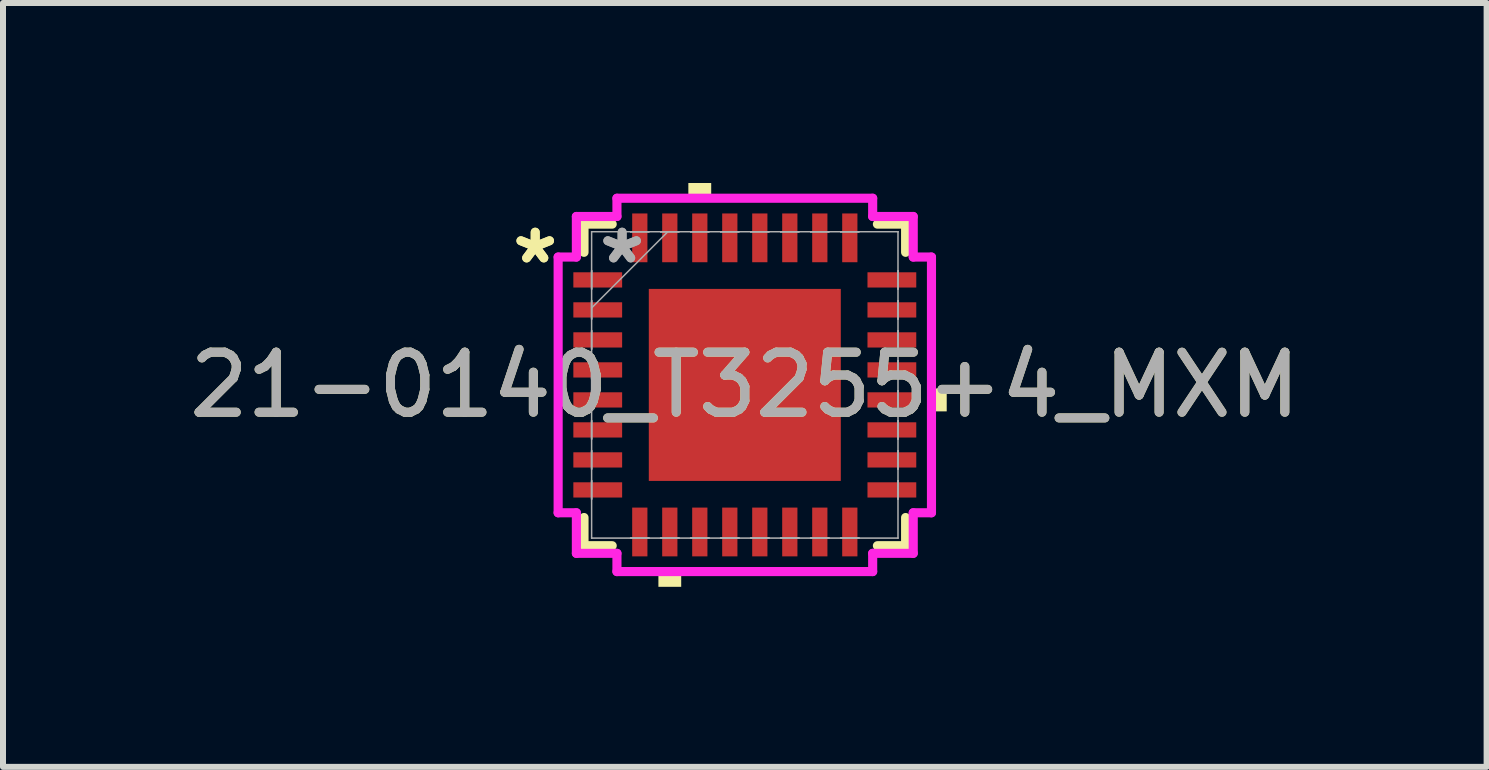
<source format=kicad_pcb>
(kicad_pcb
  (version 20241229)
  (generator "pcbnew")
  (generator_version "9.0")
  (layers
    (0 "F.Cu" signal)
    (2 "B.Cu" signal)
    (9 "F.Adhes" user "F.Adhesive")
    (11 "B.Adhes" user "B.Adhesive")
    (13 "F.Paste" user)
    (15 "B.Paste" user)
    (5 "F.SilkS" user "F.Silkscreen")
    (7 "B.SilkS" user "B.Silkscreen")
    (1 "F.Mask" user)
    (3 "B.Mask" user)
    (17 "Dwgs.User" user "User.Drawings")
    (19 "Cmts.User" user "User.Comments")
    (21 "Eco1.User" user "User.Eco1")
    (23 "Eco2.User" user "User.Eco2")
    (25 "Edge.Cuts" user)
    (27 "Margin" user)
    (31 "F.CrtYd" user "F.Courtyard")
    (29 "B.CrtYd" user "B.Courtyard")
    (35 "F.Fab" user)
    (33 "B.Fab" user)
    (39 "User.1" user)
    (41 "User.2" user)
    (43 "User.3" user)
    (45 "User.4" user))
  (footprint "21-0140_T3255+4_MXM"
    (layer "F.Cu")
    (at 9.363 3.365)
    (property "Reference" "21-0140_T3255+4_MXM" (at 0 0 0) (unlocked yes) (layer "F.SilkS") (effects (font (size 1 1) (thickness 0.15))))
    (attr smd)
    (fp_line (start -2.68 -2.68) (end -2.68 -2.21) (stroke (width 0.152) (type solid)) (layer "F.SilkS"))
    (fp_line (start -2.68 2.21) (end -2.68 2.68) (stroke (width 0.152) (type solid)) (layer "F.SilkS"))
    (fp_line (start -2.68 2.68) (end -2.21 2.68) (stroke (width 0.152) (type solid)) (layer "F.SilkS"))
    (fp_line (start -2.21 -2.68) (end -2.68 -2.68) (stroke (width 0.152) (type solid)) (layer "F.SilkS"))
    (fp_line (start 2.21 2.68) (end 2.68 2.68) (stroke (width 0.152) (type solid)) (layer "F.SilkS"))
    (fp_line (start 2.68 -2.68) (end 2.21 -2.68) (stroke (width 0.152) (type solid)) (layer "F.SilkS"))
    (fp_line (start 2.68 -2.21) (end 2.68 -2.68) (stroke (width 0.152) (type solid)) (layer "F.SilkS"))
    (fp_line (start 2.68 2.68) (end 2.68 2.21) (stroke (width 0.152) (type solid)) (layer "F.SilkS"))
    (fp_poly (pts (xy -1.44 3.111) (xy -1.44 3.365) (xy -1.06 3.365) (xy -1.06 3.111)) (stroke (width 0) (type solid)) (fill yes) (layer "F.SilkS"))
    (fp_poly (pts (xy -0.941 -3.111) (xy -0.941 -3.365) (xy -0.56 -3.365) (xy -0.56 -3.111)) (stroke (width 0) (type solid)) (fill yes) (layer "F.SilkS"))
    (fp_poly (pts (xy 3.365 0.059) (xy 3.365 0.441) (xy 3.111 0.441) (xy 3.111 0.059)) (stroke (width 0) (type solid)) (fill yes) (layer "F.SilkS"))
    (fp_poly (pts (xy -1.5 -1.5) (xy -1.5 -0.1) (xy -0.1 -0.1) (xy -0.1 -1.5)) (stroke (width 0) (type solid)) (fill yes) (layer "F.Paste"))
    (fp_poly (pts (xy -1.5 0.1) (xy -1.5 1.5) (xy -0.1 1.5) (xy -0.1 0.1)) (stroke (width 0) (type solid)) (fill yes) (layer "F.Paste"))
    (fp_poly (pts (xy 0.1 -1.5) (xy 0.1 -0.1) (xy 1.5 -0.1) (xy 1.5 -1.5)) (stroke (width 0) (type solid)) (fill yes) (layer "F.Paste"))
    (fp_poly (pts (xy 0.1 0.1) (xy 0.1 1.5) (xy 1.5 1.5) (xy 1.5 0.1)) (stroke (width 0) (type solid)) (fill yes) (layer "F.Paste"))
    (fp_line (start -3.111 -2.131) (end -2.807 -2.131) (stroke (width 0.152) (type solid)) (layer "F.CrtYd"))
    (fp_line (start -3.111 2.131) (end -3.111 -2.131) (stroke (width 0.152) (type solid)) (layer "F.CrtYd"))
    (fp_line (start -2.807 -2.807) (end -2.131 -2.807) (stroke (width 0.152) (type solid)) (layer "F.CrtYd"))
    (fp_line (start -2.807 -2.131) (end -2.807 -2.807) (stroke (width 0.152) (type solid)) (layer "F.CrtYd"))
    (fp_line (start -2.807 2.131) (end -3.111 2.131) (stroke (width 0.152) (type solid)) (layer "F.CrtYd"))
    (fp_line (start -2.807 2.807) (end -2.807 2.131) (stroke (width 0.152) (type solid)) (layer "F.CrtYd"))
    (fp_line (start -2.131 -3.111) (end 2.131 -3.111) (stroke (width 0.152) (type solid)) (layer "F.CrtYd"))
    (fp_line (start -2.131 -2.807) (end -2.131 -3.111) (stroke (width 0.152) (type solid)) (layer "F.CrtYd"))
    (fp_line (start -2.131 2.807) (end -2.807 2.807) (stroke (width 0.152) (type solid)) (layer "F.CrtYd"))
    (fp_line (start -2.131 3.111) (end -2.131 2.807) (stroke (width 0.152) (type solid)) (layer "F.CrtYd"))
    (fp_line (start 2.131 -3.111) (end 2.131 -2.807) (stroke (width 0.152) (type solid)) (layer "F.CrtYd"))
    (fp_line (start 2.131 -2.807) (end 2.807 -2.807) (stroke (width 0.152) (type solid)) (layer "F.CrtYd"))
    (fp_line (start 2.131 2.807) (end 2.131 3.111) (stroke (width 0.152) (type solid)) (layer "F.CrtYd"))
    (fp_line (start 2.131 3.111) (end -2.131 3.111) (stroke (width 0.152) (type solid)) (layer "F.CrtYd"))
    (fp_line (start 2.807 -2.807) (end 2.807 -2.131) (stroke (width 0.152) (type solid)) (layer "F.CrtYd"))
    (fp_line (start 2.807 -2.131) (end 3.111 -2.131) (stroke (width 0.152) (type solid)) (layer "F.CrtYd"))
    (fp_line (start 2.807 2.131) (end 2.807 2.807) (stroke (width 0.152) (type solid)) (layer "F.CrtYd"))
    (fp_line (start 2.807 2.807) (end 2.131 2.807) (stroke (width 0.152) (type solid)) (layer "F.CrtYd"))
    (fp_line (start 3.111 -2.131) (end 3.111 2.131) (stroke (width 0.152) (type solid)) (layer "F.CrtYd"))
    (fp_line (start 3.111 2.131) (end 2.807 2.131) (stroke (width 0.152) (type solid)) (layer "F.CrtYd"))
    (fp_line (start -2.553 -2.553) (end -2.553 -2.553) (stroke (width 0.025) (type solid)) (layer "F.Fab"))
    (fp_line (start -2.553 -2.553) (end -2.553 2.553) (stroke (width 0.025) (type solid)) (layer "F.Fab"))
    (fp_line (start -2.553 -1.902) (end -2.553 -1.902) (stroke (width 0.025) (type solid)) (layer "F.Fab"))
    (fp_line (start -2.553 -1.902) (end -2.553 -1.598) (stroke (width 0.025) (type solid)) (layer "F.Fab"))
    (fp_line (start -2.553 -1.598) (end -2.553 -1.902) (stroke (width 0.025) (type solid)) (layer "F.Fab"))
    (fp_line (start -2.553 -1.598) (end -2.553 -1.598) (stroke (width 0.025) (type solid)) (layer "F.Fab"))
    (fp_line (start -2.553 -1.402) (end -2.553 -1.402) (stroke (width 0.025) (type solid)) (layer "F.Fab"))
    (fp_line (start -2.553 -1.402) (end -2.553 -1.098) (stroke (width 0.025) (type solid)) (layer "F.Fab"))
    (fp_line (start -2.553 -1.283) (end -1.283 -2.553) (stroke (width 0.025) (type solid)) (layer "F.Fab"))
    (fp_line (start -2.553 -1.098) (end -2.553 -1.402) (stroke (width 0.025) (type solid)) (layer "F.Fab"))
    (fp_line (start -2.553 -1.098) (end -2.553 -1.098) (stroke (width 0.025) (type solid)) (layer "F.Fab"))
    (fp_line (start -2.553 -0.902) (end -2.553 -0.902) (stroke (width 0.025) (type solid)) (layer "F.Fab"))
    (fp_line (start -2.553 -0.902) (end -2.553 -0.598) (stroke (width 0.025) (type solid)) (layer "F.Fab"))
    (fp_line (start -2.553 -0.598) (end -2.553 -0.902) (stroke (width 0.025) (type solid)) (layer "F.Fab"))
    (fp_line (start -2.553 -0.598) (end -2.553 -0.598) (stroke (width 0.025) (type solid)) (layer "F.Fab"))
    (fp_line (start -2.553 -0.402) (end -2.553 -0.402) (stroke (width 0.025) (type solid)) (layer "F.Fab"))
    (fp_line (start -2.553 -0.402) (end -2.553 -0.098) (stroke (width 0.025) (type solid)) (layer "F.Fab"))
    (fp_line (start -2.553 -0.098) (end -2.553 -0.402) (stroke (width 0.025) (type solid)) (layer "F.Fab"))
    (fp_line (start -2.553 -0.098) (end -2.553 -0.098) (stroke (width 0.025) (type solid)) (layer "F.Fab"))
    (fp_line (start -2.553 0.098) (end -2.553 0.098) (stroke (width 0.025) (type solid)) (layer "F.Fab"))
    (fp_line (start -2.553 0.098) (end -2.553 0.402) (stroke (width 0.025) (type solid)) (layer "F.Fab"))
    (fp_line (start -2.553 0.402) (end -2.553 0.098) (stroke (width 0.025) (type solid)) (layer "F.Fab"))
    (fp_line (start -2.553 0.402) (end -2.553 0.402) (stroke (width 0.025) (type solid)) (layer "F.Fab"))
    (fp_line (start -2.553 0.598) (end -2.553 0.598) (stroke (width 0.025) (type solid)) (layer "F.Fab"))
    (fp_line (start -2.553 0.598) (end -2.553 0.902) (stroke (width 0.025) (type solid)) (layer "F.Fab"))
    (fp_line (start -2.553 0.902) (end -2.553 0.598) (stroke (width 0.025) (type solid)) (layer "F.Fab"))
    (fp_line (start -2.553 0.902) (end -2.553 0.902) (stroke (width 0.025) (type solid)) (layer "F.Fab"))
    (fp_line (start -2.553 1.098) (end -2.553 1.098) (stroke (width 0.025) (type solid)) (layer "F.Fab"))
    (fp_line (start -2.553 1.098) (end -2.553 1.402) (stroke (width 0.025) (type solid)) (layer "F.Fab"))
    (fp_line (start -2.553 1.402) (end -2.553 1.098) (stroke (width 0.025) (type solid)) (layer "F.Fab"))
    (fp_line (start -2.553 1.402) (end -2.553 1.402) (stroke (width 0.025) (type solid)) (layer "F.Fab"))
    (fp_line (start -2.553 1.598) (end -2.553 1.598) (stroke (width 0.025) (type solid)) (layer "F.Fab"))
    (fp_line (start -2.553 1.598) (end -2.553 1.902) (stroke (width 0.025) (type solid)) (layer "F.Fab"))
    (fp_line (start -2.553 1.902) (end -2.553 1.598) (stroke (width 0.025) (type solid)) (layer "F.Fab"))
    (fp_line (start -2.553 1.902) (end -2.553 1.902) (stroke (width 0.025) (type solid)) (layer "F.Fab"))
    (fp_line (start -2.553 2.553) (end -2.553 2.553) (stroke (width 0.025) (type solid)) (layer "F.Fab"))
    (fp_line (start -2.553 2.553) (end 2.553 2.553) (stroke (width 0.025) (type solid)) (layer "F.Fab"))
    (fp_line (start -1.902 -2.553) (end -1.902 -2.553) (stroke (width 0.025) (type solid)) (layer "F.Fab"))
    (fp_line (start -1.902 -2.553) (end -1.598 -2.553) (stroke (width 0.025) (type solid)) (layer "F.Fab"))
    (fp_line (start -1.902 2.553) (end -1.902 2.553) (stroke (width 0.025) (type solid)) (layer "F.Fab"))
    (fp_line (start -1.902 2.553) (end -1.598 2.553) (stroke (width 0.025) (type solid)) (layer "F.Fab"))
    (fp_line (start -1.598 -2.553) (end -1.902 -2.553) (stroke (width 0.025) (type solid)) (layer "F.Fab"))
    (fp_line (start -1.598 -2.553) (end -1.598 -2.553) (stroke (width 0.025) (type solid)) (layer "F.Fab"))
    (fp_line (start -1.598 2.553) (end -1.902 2.553) (stroke (width 0.025) (type solid)) (layer "F.Fab"))
    (fp_line (start -1.598 2.553) (end -1.598 2.553) (stroke (width 0.025) (type solid)) (layer "F.Fab"))
    (fp_line (start -1.402 -2.553) (end -1.402 -2.553) (stroke (width 0.025) (type solid)) (layer "F.Fab"))
    (fp_line (start -1.402 -2.553) (end -1.098 -2.553) (stroke (width 0.025) (type solid)) (layer "F.Fab"))
    (fp_line (start -1.402 2.553) (end -1.402 2.553) (stroke (width 0.025) (type solid)) (layer "F.Fab"))
    (fp_line (start -1.402 2.553) (end -1.098 2.553) (stroke (width 0.025) (type solid)) (layer "F.Fab"))
    (fp_line (start -1.098 -2.553) (end -1.402 -2.553) (stroke (width 0.025) (type solid)) (layer "F.Fab"))
    (fp_line (start -1.098 -2.553) (end -1.098 -2.553) (stroke (width 0.025) (type solid)) (layer "F.Fab"))
    (fp_line (start -1.098 2.553) (end -1.402 2.553) (stroke (width 0.025) (type solid)) (layer "F.Fab"))
    (fp_line (start -1.098 2.553) (end -1.098 2.553) (stroke (width 0.025) (type solid)) (layer "F.Fab"))
    (fp_line (start -0.902 -2.553) (end -0.902 -2.553) (stroke (width 0.025) (type solid)) (layer "F.Fab"))
    (fp_line (start -0.902 -2.553) (end -0.598 -2.553) (stroke (width 0.025) (type solid)) (layer "F.Fab"))
    (fp_line (start -0.902 2.553) (end -0.902 2.553) (stroke (width 0.025) (type solid)) (layer "F.Fab"))
    (fp_line (start -0.902 2.553) (end -0.598 2.553) (stroke (width 0.025) (type solid)) (layer "F.Fab"))
    (fp_line (start -0.598 -2.553) (end -0.902 -2.553) (stroke (width 0.025) (type solid)) (layer "F.Fab"))
    (fp_line (start -0.598 -2.553) (end -0.598 -2.553) (stroke (width 0.025) (type solid)) (layer "F.Fab"))
    (fp_line (start -0.598 2.553) (end -0.902 2.553) (stroke (width 0.025) (type solid)) (layer "F.Fab"))
    (fp_line (start -0.598 2.553) (end -0.598 2.553) (stroke (width 0.025) (type solid)) (layer "F.Fab"))
    (fp_line (start -0.402 -2.553) (end -0.402 -2.553) (stroke (width 0.025) (type solid)) (layer "F.Fab"))
    (fp_line (start -0.402 -2.553) (end -0.098 -2.553) (stroke (width 0.025) (type solid)) (layer "F.Fab"))
    (fp_line (start -0.402 2.553) (end -0.402 2.553) (stroke (width 0.025) (type solid)) (layer "F.Fab"))
    (fp_line (start -0.402 2.553) (end -0.098 2.553) (stroke (width 0.025) (type solid)) (layer "F.Fab"))
    (fp_line (start -0.098 -2.553) (end -0.402 -2.553) (stroke (width 0.025) (type solid)) (layer "F.Fab"))
    (fp_line (start -0.098 -2.553) (end -0.098 -2.553) (stroke (width 0.025) (type solid)) (layer "F.Fab"))
    (fp_line (start -0.098 2.553) (end -0.402 2.553) (stroke (width 0.025) (type solid)) (layer "F.Fab"))
    (fp_line (start -0.098 2.553) (end -0.098 2.553) (stroke (width 0.025) (type solid)) (layer "F.Fab"))
    (fp_line (start 0.098 -2.553) (end 0.098 -2.553) (stroke (width 0.025) (type solid)) (layer "F.Fab"))
    (fp_line (start 0.098 -2.553) (end 0.402 -2.553) (stroke (width 0.025) (type solid)) (layer "F.Fab"))
    (fp_line (start 0.098 2.553) (end 0.098 2.553) (stroke (width 0.025) (type solid)) (layer "F.Fab"))
    (fp_line (start 0.098 2.553) (end 0.402 2.553) (stroke (width 0.025) (type solid)) (layer "F.Fab"))
    (fp_line (start 0.402 -2.553) (end 0.098 -2.553) (stroke (width 0.025) (type solid)) (layer "F.Fab"))
    (fp_line (start 0.402 -2.553) (end 0.402 -2.553) (stroke (width 0.025) (type solid)) (layer "F.Fab"))
    (fp_line (start 0.402 2.553) (end 0.098 2.553) (stroke (width 0.025) (type solid)) (layer "F.Fab"))
    (fp_line (start 0.402 2.553) (end 0.402 2.553) (stroke (width 0.025) (type solid)) (layer "F.Fab"))
    (fp_line (start 0.598 -2.553) (end 0.598 -2.553) (stroke (width 0.025) (type solid)) (layer "F.Fab"))
    (fp_line (start 0.598 -2.553) (end 0.902 -2.553) (stroke (width 0.025) (type solid)) (layer "F.Fab"))
    (fp_line (start 0.598 2.553) (end 0.598 2.553) (stroke (width 0.025) (type solid)) (layer "F.Fab"))
    (fp_line (start 0.598 2.553) (end 0.902 2.553) (stroke (width 0.025) (type solid)) (layer "F.Fab"))
    (fp_line (start 0.902 -2.553) (end 0.598 -2.553) (stroke (width 0.025) (type solid)) (layer "F.Fab"))
    (fp_line (start 0.902 -2.553) (end 0.902 -2.553) (stroke (width 0.025) (type solid)) (layer "F.Fab"))
    (fp_line (start 0.902 2.553) (end 0.598 2.553) (stroke (width 0.025) (type solid)) (layer "F.Fab"))
    (fp_line (start 0.902 2.553) (end 0.902 2.553) (stroke (width 0.025) (type solid)) (layer "F.Fab"))
    (fp_line (start 1.098 -2.553) (end 1.098 -2.553) (stroke (width 0.025) (type solid)) (layer "F.Fab"))
    (fp_line (start 1.098 -2.553) (end 1.402 -2.553) (stroke (width 0.025) (type solid)) (layer "F.Fab"))
    (fp_line (start 1.098 2.553) (end 1.098 2.553) (stroke (width 0.025) (type solid)) (layer "F.Fab"))
    (fp_line (start 1.098 2.553) (end 1.402 2.553) (stroke (width 0.025) (type solid)) (layer "F.Fab"))
    (fp_line (start 1.402 -2.553) (end 1.098 -2.553) (stroke (width 0.025) (type solid)) (layer "F.Fab"))
    (fp_line (start 1.402 -2.553) (end 1.402 -2.553) (stroke (width 0.025) (type solid)) (layer "F.Fab"))
    (fp_line (start 1.402 2.553) (end 1.098 2.553) (stroke (width 0.025) (type solid)) (layer "F.Fab"))
    (fp_line (start 1.402 2.553) (end 1.402 2.553) (stroke (width 0.025) (type solid)) (layer "F.Fab"))
    (fp_line (start 1.598 -2.553) (end 1.598 -2.553) (stroke (width 0.025) (type solid)) (layer "F.Fab"))
    (fp_line (start 1.598 -2.553) (end 1.902 -2.553) (stroke (width 0.025) (type solid)) (layer "F.Fab"))
    (fp_line (start 1.598 2.553) (end 1.598 2.553) (stroke (width 0.025) (type solid)) (layer "F.Fab"))
    (fp_line (start 1.598 2.553) (end 1.902 2.553) (stroke (width 0.025) (type solid)) (layer "F.Fab"))
    (fp_line (start 1.902 -2.553) (end 1.598 -2.553) (stroke (width 0.025) (type solid)) (layer "F.Fab"))
    (fp_line (start 1.902 -2.553) (end 1.902 -2.553) (stroke (width 0.025) (type solid)) (layer "F.Fab"))
    (fp_line (start 1.902 2.553) (end 1.598 2.553) (stroke (width 0.025) (type solid)) (layer "F.Fab"))
    (fp_line (start 1.902 2.553) (end 1.902 2.553) (stroke (width 0.025) (type solid)) (layer "F.Fab"))
    (fp_line (start 2.553 -2.553) (end -2.553 -2.553) (stroke (width 0.025) (type solid)) (layer "F.Fab"))
    (fp_line (start 2.553 -2.553) (end 2.553 -2.553) (stroke (width 0.025) (type solid)) (layer "F.Fab"))
    (fp_line (start 2.553 -1.902) (end 2.553 -1.902) (stroke (width 0.025) (type solid)) (layer "F.Fab"))
    (fp_line (start 2.553 -1.902) (end 2.553 -1.598) (stroke (width 0.025) (type solid)) (layer "F.Fab"))
    (fp_line (start 2.553 -1.598) (end 2.553 -1.902) (stroke (width 0.025) (type solid)) (layer "F.Fab"))
    (fp_line (start 2.553 -1.598) (end 2.553 -1.598) (stroke (width 0.025) (type solid)) (layer "F.Fab"))
    (fp_line (start 2.553 -1.402) (end 2.553 -1.402) (stroke (width 0.025) (type solid)) (layer "F.Fab"))
    (fp_line (start 2.553 -1.402) (end 2.553 -1.098) (stroke (width 0.025) (type solid)) (layer "F.Fab"))
    (fp_line (start 2.553 -1.098) (end 2.553 -1.402) (stroke (width 0.025) (type solid)) (layer "F.Fab"))
    (fp_line (start 2.553 -1.098) (end 2.553 -1.098) (stroke (width 0.025) (type solid)) (layer "F.Fab"))
    (fp_line (start 2.553 -0.902) (end 2.553 -0.902) (stroke (width 0.025) (type solid)) (layer "F.Fab"))
    (fp_line (start 2.553 -0.902) (end 2.553 -0.598) (stroke (width 0.025) (type solid)) (layer "F.Fab"))
    (fp_line (start 2.553 -0.598) (end 2.553 -0.902) (stroke (width 0.025) (type solid)) (layer "F.Fab"))
    (fp_line (start 2.553 -0.598) (end 2.553 -0.598) (stroke (width 0.025) (type solid)) (layer "F.Fab"))
    (fp_line (start 2.553 -0.402) (end 2.553 -0.402) (stroke (width 0.025) (type solid)) (layer "F.Fab"))
    (fp_line (start 2.553 -0.402) (end 2.553 -0.098) (stroke (width 0.025) (type solid)) (layer "F.Fab"))
    (fp_line (start 2.553 -0.098) (end 2.553 -0.402) (stroke (width 0.025) (type solid)) (layer "F.Fab"))
    (fp_line (start 2.553 -0.098) (end 2.553 -0.098) (stroke (width 0.025) (type solid)) (layer "F.Fab"))
    (fp_line (start 2.553 0.098) (end 2.553 0.098) (stroke (width 0.025) (type solid)) (layer "F.Fab"))
    (fp_line (start 2.553 0.098) (end 2.553 0.402) (stroke (width 0.025) (type solid)) (layer "F.Fab"))
    (fp_line (start 2.553 0.402) (end 2.553 0.098) (stroke (width 0.025) (type solid)) (layer "F.Fab"))
    (fp_line (start 2.553 0.402) (end 2.553 0.402) (stroke (width 0.025) (type solid)) (layer "F.Fab"))
    (fp_line (start 2.553 0.598) (end 2.553 0.598) (stroke (width 0.025) (type solid)) (layer "F.Fab"))
    (fp_line (start 2.553 0.598) (end 2.553 0.902) (stroke (width 0.025) (type solid)) (layer "F.Fab"))
    (fp_line (start 2.553 0.902) (end 2.553 0.598) (stroke (width 0.025) (type solid)) (layer "F.Fab"))
    (fp_line (start 2.553 0.902) (end 2.553 0.902) (stroke (width 0.025) (type solid)) (layer "F.Fab"))
    (fp_line (start 2.553 1.098) (end 2.553 1.098) (stroke (width 0.025) (type solid)) (layer "F.Fab"))
    (fp_line (start 2.553 1.098) (end 2.553 1.402) (stroke (width 0.025) (type solid)) (layer "F.Fab"))
    (fp_line (start 2.553 1.402) (end 2.553 1.098) (stroke (width 0.025) (type solid)) (layer "F.Fab"))
    (fp_line (start 2.553 1.402) (end 2.553 1.402) (stroke (width 0.025) (type solid)) (layer "F.Fab"))
    (fp_line (start 2.553 1.598) (end 2.553 1.598) (stroke (width 0.025) (type solid)) (layer "F.Fab"))
    (fp_line (start 2.553 1.598) (end 2.553 1.902) (stroke (width 0.025) (type solid)) (layer "F.Fab"))
    (fp_line (start 2.553 1.902) (end 2.553 1.598) (stroke (width 0.025) (type solid)) (layer "F.Fab"))
    (fp_line (start 2.553 1.902) (end 2.553 1.902) (stroke (width 0.025) (type solid)) (layer "F.Fab"))
    (fp_line (start 2.553 2.553) (end 2.553 -2.553) (stroke (width 0.025) (type solid)) (layer "F.Fab"))
    (fp_line (start 2.553 2.553) (end 2.553 2.553) (stroke (width 0.025) (type solid)) (layer "F.Fab"))
    (fp_text user "*" (at -3.493 -2 0) (unlocked yes) (layer "F.SilkS") (effects (font (size 1 1) (thickness 0.15))))
    (fp_text user "*" (at -3.493 -2 0) (layer "F.SilkS") (effects (font (size 1 1) (thickness 0.15))))
    (fp_text user "${REFERENCE}" (at 0 0 0) (unlocked yes) (layer "F.Fab") (effects (font (size 1 1) (thickness 0.15))))
    (fp_text user "*" (at -2.045 -2 0) (layer "F.Fab") (effects (font (size 1 1) (thickness 0.15))))
    (fp_text user "*" (at -2.045 -2 0) (unlocked yes) (layer "F.Fab") (effects (font (size 1 1) (thickness 0.15))))
    (pad "1" smd rect (at -2.451 -1.75 90) (size 0.254 0.813) (layers "F.Cu" "F.Mask" "F.Paste"))
    (pad "2" smd rect (at -2.451 -1.25 90) (size 0.254 0.813) (layers "F.Cu" "F.Mask" "F.Paste"))
    (pad "3" smd rect (at -2.451 -0.75 90) (size 0.254 0.813) (layers "F.Cu" "F.Mask" "F.Paste"))
    (pad "4" smd rect (at -2.451 -0.25 90) (size 0.254 0.813) (layers "F.Cu" "F.Mask" "F.Paste"))
    (pad "5" smd rect (at -2.451 0.25 90) (size 0.254 0.813) (layers "F.Cu" "F.Mask" "F.Paste"))
    (pad "6" smd rect (at -2.451 0.75 90) (size 0.254 0.813) (layers "F.Cu" "F.Mask" "F.Paste"))
    (pad "7" smd rect (at -2.451 1.25 90) (size 0.254 0.813) (layers "F.Cu" "F.Mask" "F.Paste"))
    (pad "8" smd rect (at -2.451 1.75 90) (size 0.254 0.813) (layers "F.Cu" "F.Mask" "F.Paste"))
    (pad "9" smd rect (at -1.75 2.451) (size 0.254 0.813) (layers "F.Cu" "F.Mask" "F.Paste"))
    (pad "10" smd rect (at -1.25 2.451) (size 0.254 0.813) (layers "F.Cu" "F.Mask" "F.Paste"))
    (pad "11" smd rect (at -0.75 2.451) (size 0.254 0.813) (layers "F.Cu" "F.Mask" "F.Paste"))
    (pad "12" smd rect (at -0.25 2.451) (size 0.254 0.813) (layers "F.Cu" "F.Mask" "F.Paste"))
    (pad "13" smd rect (at 0.25 2.451) (size 0.254 0.813) (layers "F.Cu" "F.Mask" "F.Paste"))
    (pad "14" smd rect (at 0.75 2.451) (size 0.254 0.813) (layers "F.Cu" "F.Mask" "F.Paste"))
    (pad "15" smd rect (at 1.25 2.451) (size 0.254 0.813) (layers "F.Cu" "F.Mask" "F.Paste"))
    (pad "16" smd rect (at 1.75 2.451) (size 0.254 0.813) (layers "F.Cu" "F.Mask" "F.Paste"))
    (pad "17" smd rect (at 2.451 1.75 90) (size 0.254 0.813) (layers "F.Cu" "F.Mask" "F.Paste"))
    (pad "18" smd rect (at 2.451 1.25 90) (size 0.254 0.813) (layers "F.Cu" "F.Mask" "F.Paste"))
    (pad "19" smd rect (at 2.451 0.75 90) (size 0.254 0.813) (layers "F.Cu" "F.Mask" "F.Paste"))
    (pad "20" smd rect (at 2.451 0.25 90) (size 0.254 0.813) (layers "F.Cu" "F.Mask" "F.Paste"))
    (pad "21" smd rect (at 2.451 -0.25 90) (size 0.254 0.813) (layers "F.Cu" "F.Mask" "F.Paste"))
    (pad "22" smd rect (at 2.451 -0.75 90) (size 0.254 0.813) (layers "F.Cu" "F.Mask" "F.Paste"))
    (pad "23" smd rect (at 2.451 -1.25 90) (size 0.254 0.813) (layers "F.Cu" "F.Mask" "F.Paste"))
    (pad "24" smd rect (at 2.451 -1.75 90) (size 0.254 0.813) (layers "F.Cu" "F.Mask" "F.Paste"))
    (pad "25" smd rect (at 1.75 -2.451) (size 0.254 0.813) (layers "F.Cu" "F.Mask" "F.Paste"))
    (pad "26" smd rect (at 1.25 -2.451) (size 0.254 0.813) (layers "F.Cu" "F.Mask" "F.Paste"))
    (pad "27" smd rect (at 0.75 -2.451) (size 0.254 0.813) (layers "F.Cu" "F.Mask" "F.Paste"))
    (pad "28" smd rect (at 0.25 -2.451) (size 0.254 0.813) (layers "F.Cu" "F.Mask" "F.Paste"))
    (pad "29" smd rect (at -0.25 -2.451) (size 0.254 0.813) (layers "F.Cu" "F.Mask" "F.Paste"))
    (pad "30" smd rect (at -0.75 -2.451) (size 0.254 0.813) (layers "F.Cu" "F.Mask" "F.Paste"))
    (pad "31" smd rect (at -1.25 -2.451) (size 0.254 0.813) (layers "F.Cu" "F.Mask" "F.Paste"))
    (pad "32" smd rect (at -1.75 -2.451) (size 0.254 0.813) (layers "F.Cu" "F.Mask" "F.Paste"))
    (pad "33" smd rect (at 0 0) (size 3.2 3.2) (layers "F.Cu" "F.Mask")))
  (gr_rect
    (start -3 -3)
    (end 21.726 9.731)
    (stroke (width 0.1) (type default))
    (fill no)
    (layer "Edge.Cuts")))
</source>
